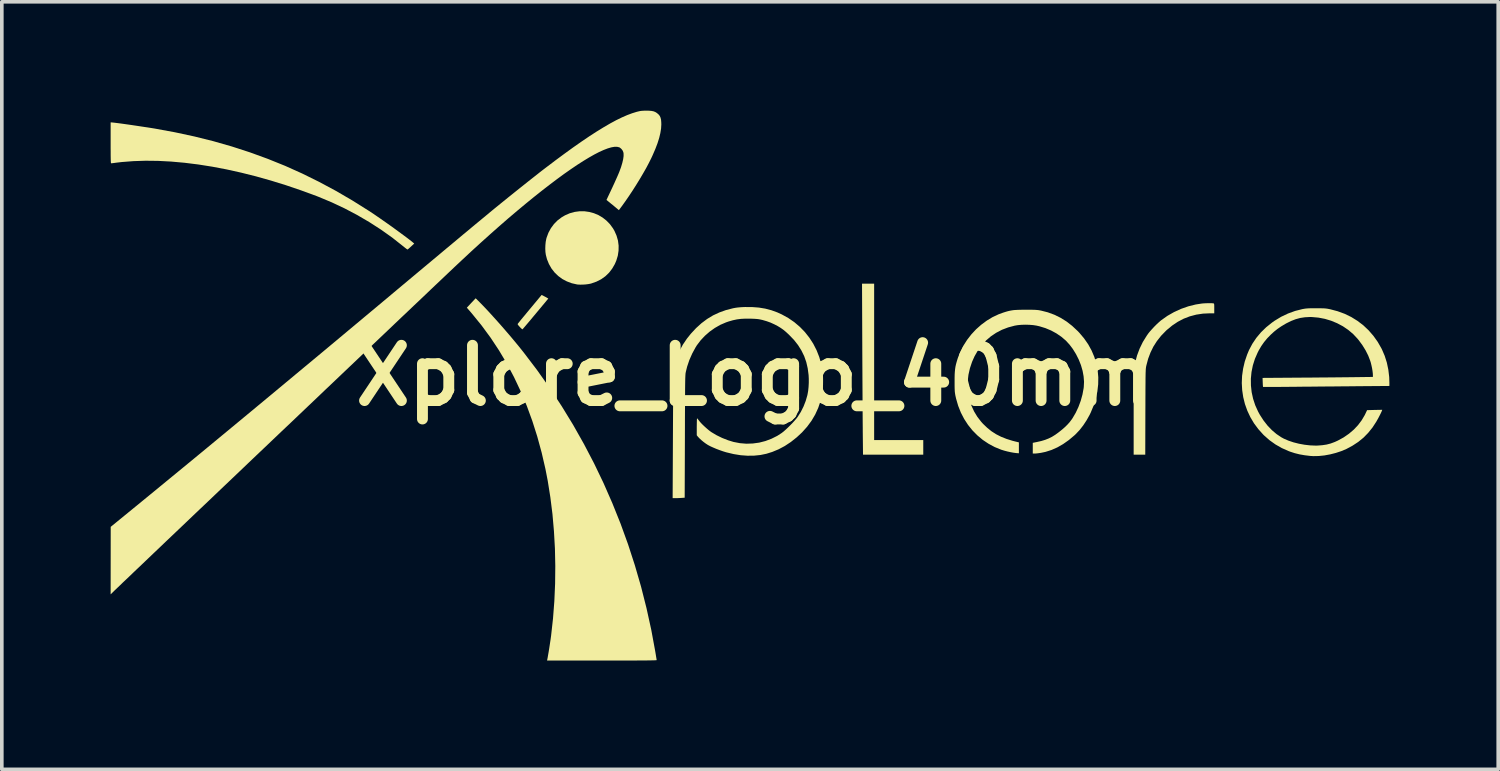
<source format=kicad_pcb>
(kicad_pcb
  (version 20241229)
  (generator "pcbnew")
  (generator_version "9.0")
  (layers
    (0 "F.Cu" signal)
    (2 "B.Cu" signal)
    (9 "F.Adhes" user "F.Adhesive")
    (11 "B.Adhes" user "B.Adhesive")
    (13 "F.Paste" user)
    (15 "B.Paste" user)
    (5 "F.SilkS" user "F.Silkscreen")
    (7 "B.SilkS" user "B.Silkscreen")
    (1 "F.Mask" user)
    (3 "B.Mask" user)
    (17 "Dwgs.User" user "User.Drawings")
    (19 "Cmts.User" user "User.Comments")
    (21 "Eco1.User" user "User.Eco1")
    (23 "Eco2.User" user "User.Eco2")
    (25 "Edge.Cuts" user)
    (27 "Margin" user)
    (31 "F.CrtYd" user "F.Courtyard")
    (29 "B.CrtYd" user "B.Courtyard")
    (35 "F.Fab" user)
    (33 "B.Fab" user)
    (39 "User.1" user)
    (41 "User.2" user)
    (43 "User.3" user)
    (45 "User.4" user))
  (footprint "Xplore_Logo_40mm"
    (layer "F.Cu")
    (at 17.74 7.303)
    (property "Reference" "Xplore_Logo_40mm" (at 0 0 0) (layer "F.SilkS") (effects (font (size 1.524 1.524) (thickness 0.3))))
    (attr board_only exclude_from_pos_files exclude_from_bom)
    (fp_poly (pts (xy 3.308 1.778) (xy 4.662 1.778) (xy 4.662 2.181) (xy 3.001 2.181) (xy 2.994 1.538) (xy 2.994 1.454) (xy 2.993 1.35) (xy 2.992 1.23) (xy 2.991 1.094) (xy 2.99 0.944) (xy 2.989 0.781) (xy 2.988 0.609) (xy 2.987 0.427) (xy 2.986 0.238) (xy 2.985 0.043) (xy 2.984 -0.155) (xy 2.983 -0.355) (xy 2.982 -0.556) (xy 2.981 -0.756) (xy 2.981 -0.819) (xy 2.974 -2.533) (xy 3.308 -2.533)) (stroke (width 0) (type solid)) (fill yes) (layer "F.SilkS"))
    (fp_poly (pts (xy -5.798 -2.191) (xy -5.761 -2.172) (xy -5.726 -2.153) (xy -5.706 -2.141) (xy -5.675 -2.122) (xy -6.027 -1.699) (xy -6.094 -1.619) (xy -6.157 -1.543) (xy -6.215 -1.474) (xy -6.267 -1.413) (xy -6.311 -1.361) (xy -6.346 -1.32) (xy -6.371 -1.291) (xy -6.385 -1.276) (xy -6.387 -1.274) (xy -6.398 -1.28) (xy -6.418 -1.297) (xy -6.446 -1.324) (xy -6.46 -1.339) (xy -6.492 -1.374) (xy -6.513 -1.402) (xy -6.52 -1.419) (xy -6.52 -1.421) (xy -6.512 -1.432) (xy -6.492 -1.457) (xy -6.462 -1.494) (xy -6.423 -1.543) (xy -6.375 -1.601) (xy -6.32 -1.667) (xy -6.26 -1.74) (xy -6.196 -1.817) (xy -6.186 -1.829) (xy -5.859 -2.222)) (stroke (width 0) (type solid)) (fill yes) (layer "F.SilkS"))
    (fp_poly (pts (xy -4.678 -4.529) (xy -4.545 -4.51) (xy -4.416 -4.475) (xy -4.292 -4.423) (xy -4.176 -4.354) (xy -4.07 -4.27) (xy -3.974 -4.171) (xy -3.891 -4.057) (xy -3.851 -3.988) (xy -3.793 -3.856) (xy -3.754 -3.72) (xy -3.736 -3.581) (xy -3.738 -3.442) (xy -3.759 -3.303) (xy -3.801 -3.166) (xy -3.84 -3.075) (xy -3.914 -2.947) (xy -4.001 -2.834) (xy -4.102 -2.737) (xy -4.217 -2.655) (xy -4.345 -2.59) (xy -4.485 -2.54) (xy -4.515 -2.532) (xy -4.574 -2.521) (xy -4.645 -2.512) (xy -4.721 -2.507) (xy -4.795 -2.506) (xy -4.859 -2.509) (xy -4.884 -2.512) (xy -5.029 -2.545) (xy -5.164 -2.596) (xy -5.289 -2.662) (xy -5.402 -2.745) (xy -5.501 -2.841) (xy -5.587 -2.951) (xy -5.657 -3.074) (xy -5.711 -3.207) (xy -5.743 -3.33) (xy -5.754 -3.409) (xy -5.758 -3.5) (xy -5.755 -3.595) (xy -5.746 -3.688) (xy -5.73 -3.77) (xy -5.723 -3.797) (xy -5.672 -3.935) (xy -5.603 -4.062) (xy -5.519 -4.176) (xy -5.42 -4.277) (xy -5.306 -4.363) (xy -5.214 -4.417) (xy -5.083 -4.474) (xy -4.949 -4.511) (xy -4.813 -4.529)) (stroke (width 0) (type solid)) (fill yes) (layer "F.SilkS"))
    (fp_poly (pts (xy 12.594 -1.995) (xy 12.636 -1.993) (xy 12.663 -1.99) (xy 12.668 -1.989) (xy 12.675 -1.983) (xy 12.68 -1.971) (xy 12.683 -1.947) (xy 12.684 -1.91) (xy 12.684 -1.856) (xy 12.684 -1.849) (xy 12.684 -1.716) (xy 12.568 -1.716) (xy 12.373 -1.707) (xy 12.187 -1.679) (xy 12.009 -1.632) (xy 11.84 -1.567) (xy 11.678 -1.482) (xy 11.523 -1.378) (xy 11.374 -1.255) (xy 11.353 -1.235) (xy 11.22 -1.098) (xy 11.105 -0.953) (xy 11.007 -0.8) (xy 10.927 -0.637) (xy 10.861 -0.462) (xy 10.811 -0.273) (xy 10.811 -0.27) (xy 10.807 -0.254) (xy 10.804 -0.239) (xy 10.802 -0.222) (xy 10.799 -0.203) (xy 10.797 -0.18) (xy 10.795 -0.153) (xy 10.794 -0.119) (xy 10.792 -0.078) (xy 10.791 -0.029) (xy 10.79 0.03) (xy 10.789 0.099) (xy 10.789 0.181) (xy 10.788 0.276) (xy 10.787 0.386) (xy 10.787 0.511) (xy 10.786 0.653) (xy 10.786 0.814) (xy 10.785 0.994) (xy 10.785 1.005) (xy 10.782 2.181) (xy 10.462 2.181) (xy 10.462 1.059) (xy 10.462 0.861) (xy 10.462 0.679) (xy 10.463 0.513) (xy 10.464 0.363) (xy 10.464 0.231) (xy 10.466 0.117) (xy 10.467 0.021) (xy 10.468 -0.057) (xy 10.47 -0.115) (xy 10.472 -0.153) (xy 10.473 -0.163) (xy 10.504 -0.36) (xy 10.556 -0.555) (xy 10.627 -0.744) (xy 10.715 -0.925) (xy 10.822 -1.098) (xy 10.864 -1.158) (xy 10.909 -1.214) (xy 10.966 -1.278) (xy 11.029 -1.346) (xy 11.095 -1.412) (xy 11.159 -1.471) (xy 11.215 -1.52) (xy 11.222 -1.525) (xy 11.393 -1.646) (xy 11.576 -1.75) (xy 11.768 -1.838) (xy 11.968 -1.908) (xy 12.173 -1.959) (xy 12.333 -1.984) (xy 12.377 -1.989) (xy 12.43 -1.992) (xy 12.487 -1.994) (xy 12.543 -1.995)) (stroke (width 0) (type solid)) (fill yes) (layer "F.SilkS"))
    (fp_poly (pts (xy -7.611 -2.065) (xy -7.521 -1.974) (xy -7.42 -1.869) (xy -7.31 -1.752) (xy -7.195 -1.625) (xy -7.074 -1.491) (xy -6.952 -1.353) (xy -6.829 -1.211) (xy -6.708 -1.07) (xy -6.591 -0.93) (xy -6.48 -0.795) (xy -6.377 -0.666) (xy -6.353 -0.636) (xy -5.987 -0.155) (xy -5.638 0.338) (xy -5.306 0.843) (xy -4.991 1.358) (xy -4.694 1.884) (xy -4.414 2.419) (xy -4.152 2.965) (xy -3.909 3.519) (xy -3.683 4.082) (xy -3.476 4.653) (xy -3.288 5.232) (xy -3.118 5.818) (xy -2.968 6.411) (xy -2.836 7.011) (xy -2.735 7.558) (xy -2.722 7.631) (xy -2.711 7.697) (xy -2.702 7.755) (xy -2.694 7.8) (xy -2.689 7.831) (xy -2.688 7.844) (xy -2.692 7.846) (xy -2.703 7.847) (xy -2.724 7.849) (xy -2.754 7.85) (xy -2.795 7.851) (xy -2.847 7.852) (xy -2.911 7.853) (xy -2.989 7.854) (xy -3.08 7.855) (xy -3.186 7.855) (xy -3.307 7.856) (xy -3.445 7.856) (xy -3.6 7.856) (xy -3.773 7.857) (xy -3.965 7.857) (xy -4.177 7.857) (xy -5.709 7.857) (xy -5.702 7.823) (xy -5.692 7.773) (xy -5.681 7.707) (xy -5.667 7.629) (xy -5.653 7.544) (xy -5.639 7.454) (xy -5.626 7.366) (xy -5.613 7.283) (xy -5.603 7.209) (xy -5.598 7.174) (xy -5.545 6.698) (xy -5.508 6.217) (xy -5.487 5.734) (xy -5.482 5.251) (xy -5.492 4.769) (xy -5.519 4.292) (xy -5.56 3.82) (xy -5.618 3.357) (xy -5.69 2.904) (xy -5.753 2.579) (xy -5.858 2.124) (xy -5.979 1.681) (xy -6.115 1.253) (xy -6.267 0.837) (xy -6.435 0.435) (xy -6.619 0.045) (xy -6.818 -0.331) (xy -7.034 -0.694) (xy -7.265 -1.043) (xy -7.513 -1.38) (xy -7.776 -1.704) (xy -7.797 -1.729) (xy -7.92 -1.871) (xy -7.799 -2.001) (xy -7.677 -2.13)) (stroke (width 0) (type solid)) (fill yes) (layer "F.SilkS"))
    (fp_poly (pts (xy -17.691 -6.976) (xy -17.65 -6.972) (xy -17.592 -6.965) (xy -17.52 -6.956) (xy -17.437 -6.945) (xy -17.345 -6.932) (xy -17.246 -6.918) (xy -17.141 -6.903) (xy -17.035 -6.887) (xy -16.927 -6.871) (xy -16.822 -6.855) (xy -16.72 -6.84) (xy -16.625 -6.825) (xy -16.538 -6.811) (xy -16.515 -6.807) (xy -15.966 -6.706) (xy -15.431 -6.591) (xy -14.909 -6.461) (xy -14.399 -6.315) (xy -13.9 -6.153) (xy -13.411 -5.975) (xy -12.93 -5.781) (xy -12.458 -5.569) (xy -11.992 -5.339) (xy -11.532 -5.092) (xy -11.077 -4.827) (xy -10.625 -4.543) (xy -10.472 -4.442) (xy -10.395 -4.389) (xy -10.309 -4.33) (xy -10.216 -4.265) (xy -10.119 -4.197) (xy -10.019 -4.126) (xy -9.919 -4.054) (xy -9.822 -3.983) (xy -9.728 -3.914) (xy -9.641 -3.85) (xy -9.562 -3.791) (xy -9.494 -3.739) (xy -9.439 -3.696) (xy -9.402 -3.665) (xy -9.371 -3.639) (xy -9.459 -3.557) (xy -9.495 -3.524) (xy -9.525 -3.498) (xy -9.547 -3.48) (xy -9.557 -3.475) (xy -9.569 -3.481) (xy -9.592 -3.498) (xy -9.626 -3.524) (xy -9.666 -3.557) (xy -9.687 -3.573) (xy -9.979 -3.804) (xy -10.289 -4.024) (xy -10.612 -4.232) (xy -10.948 -4.428) (xy -11.294 -4.61) (xy -11.647 -4.776) (xy -12.006 -4.926) (xy -12.064 -4.949) (xy -12.487 -5.104) (xy -12.907 -5.247) (xy -13.324 -5.376) (xy -13.736 -5.492) (xy -14.143 -5.594) (xy -14.544 -5.683) (xy -14.939 -5.758) (xy -15.325 -5.819) (xy -15.703 -5.866) (xy -16.072 -5.899) (xy -16.43 -5.918) (xy -16.777 -5.922) (xy -17.112 -5.911) (xy -17.434 -5.886) (xy -17.596 -5.867) (xy -17.644 -5.86) (xy -17.685 -5.855) (xy -17.714 -5.852) (xy -17.726 -5.851) (xy -17.729 -5.855) (xy -17.732 -5.865) (xy -17.734 -5.885) (xy -17.736 -5.916) (xy -17.737 -5.958) (xy -17.738 -6.013) (xy -17.739 -6.084) (xy -17.739 -6.17) (xy -17.74 -6.274) (xy -17.74 -6.398) (xy -17.74 -6.415) (xy -17.74 -6.978) (xy -17.715 -6.978)) (stroke (width 0) (type solid)) (fill yes) (layer "F.SilkS"))
    (fp_poly (pts (xy 7.575 -1.814) (xy 7.647 -1.814) (xy 7.705 -1.813) (xy 7.753 -1.811) (xy 7.792 -1.808) (xy 7.826 -1.805) (xy 7.859 -1.8) (xy 7.894 -1.793) (xy 7.907 -1.791) (xy 8.095 -1.743) (xy 8.275 -1.677) (xy 8.446 -1.593) (xy 8.61 -1.491) (xy 8.766 -1.37) (xy 8.917 -1.229) (xy 8.966 -1.178) (xy 9.097 -1.022) (xy 9.21 -0.859) (xy 9.303 -0.689) (xy 9.378 -0.512) (xy 9.433 -0.329) (xy 9.47 -0.143) (xy 9.487 0.048) (xy 9.484 0.241) (xy 9.462 0.436) (xy 9.421 0.631) (xy 9.359 0.827) (xy 9.278 1.022) (xy 9.251 1.078) (xy 9.167 1.229) (xy 9.073 1.372) (xy 8.971 1.503) (xy 8.863 1.617) (xy 8.831 1.647) (xy 8.674 1.779) (xy 8.516 1.89) (xy 8.357 1.981) (xy 8.196 2.052) (xy 8.032 2.104) (xy 7.91 2.13) (xy 7.857 2.138) (xy 7.804 2.145) (xy 7.76 2.149) (xy 7.737 2.15) (xy 7.681 2.15) (xy 7.681 1.855) (xy 7.794 1.832) (xy 7.914 1.805) (xy 8.02 1.773) (xy 8.117 1.735) (xy 8.21 1.689) (xy 8.302 1.632) (xy 8.398 1.562) (xy 8.493 1.486) (xy 8.575 1.414) (xy 8.643 1.346) (xy 8.702 1.279) (xy 8.756 1.207) (xy 8.777 1.176) (xy 8.864 1.028) (xy 8.94 0.866) (xy 9.003 0.696) (xy 9.051 0.522) (xy 9.083 0.349) (xy 9.087 0.315) (xy 9.094 0.171) (xy 9.082 0.021) (xy 9.054 -0.132) (xy 9.009 -0.287) (xy 8.948 -0.441) (xy 8.873 -0.59) (xy 8.784 -0.734) (xy 8.696 -0.851) (xy 8.591 -0.965) (xy 8.469 -1.069) (xy 8.333 -1.162) (xy 8.186 -1.242) (xy 8.029 -1.308) (xy 7.865 -1.358) (xy 7.782 -1.377) (xy 7.69 -1.391) (xy 7.587 -1.399) (xy 7.478 -1.402) (xy 7.37 -1.399) (xy 7.269 -1.39) (xy 7.185 -1.376) (xy 7.002 -1.327) (xy 6.831 -1.262) (xy 6.672 -1.179) (xy 6.526 -1.081) (xy 6.393 -0.967) (xy 6.273 -0.837) (xy 6.168 -0.692) (xy 6.076 -0.532) (xy 6.007 -0.377) (xy 5.948 -0.2) (xy 5.908 -0.023) (xy 5.887 0.155) (xy 5.886 0.33) (xy 5.903 0.503) (xy 5.938 0.672) (xy 5.992 0.835) (xy 6.064 0.991) (xy 6.154 1.139) (xy 6.262 1.278) (xy 6.31 1.331) (xy 6.424 1.44) (xy 6.542 1.535) (xy 6.669 1.617) (xy 6.807 1.687) (xy 6.958 1.747) (xy 7.124 1.799) (xy 7.203 1.819) (xy 7.298 1.842) (xy 7.298 2.143) (xy 7.218 2.136) (xy 7.149 2.127) (xy 7.068 2.112) (xy 6.982 2.093) (xy 6.898 2.071) (xy 6.823 2.048) (xy 6.813 2.045) (xy 6.631 1.971) (xy 6.46 1.879) (xy 6.3 1.772) (xy 6.152 1.648) (xy 6.017 1.511) (xy 5.896 1.36) (xy 5.79 1.197) (xy 5.699 1.022) (xy 5.625 0.836) (xy 5.568 0.641) (xy 5.555 0.584) (xy 5.546 0.543) (xy 5.54 0.507) (xy 5.535 0.473) (xy 5.531 0.438) (xy 5.529 0.398) (xy 5.527 0.349) (xy 5.526 0.289) (xy 5.526 0.213) (xy 5.526 0.165) (xy 5.526 0.058) (xy 5.528 -0.033) (xy 5.533 -0.111) (xy 5.54 -0.181) (xy 5.55 -0.246) (xy 5.564 -0.31) (xy 5.583 -0.379) (xy 5.606 -0.455) (xy 5.614 -0.48) (xy 5.682 -0.654) (xy 5.768 -0.823) (xy 5.87 -0.983) (xy 5.987 -1.134) (xy 6.117 -1.274) (xy 6.259 -1.4) (xy 6.411 -1.513) (xy 6.571 -1.61) (xy 6.739 -1.689) (xy 6.866 -1.735) (xy 6.935 -1.757) (xy 6.995 -1.774) (xy 7.051 -1.787) (xy 7.106 -1.797) (xy 7.163 -1.805) (xy 7.227 -1.809) (xy 7.3 -1.812) (xy 7.387 -1.814) (xy 7.485 -1.814)) (stroke (width 0) (type solid)) (fill yes) (layer "F.SilkS"))
    (fp_poly (pts (xy 15.491 -1.855) (xy 15.573 -1.855) (xy 15.638 -1.854) (xy 15.69 -1.853) (xy 15.732 -1.851) (xy 15.769 -1.847) (xy 15.805 -1.842) (xy 15.842 -1.835) (xy 15.882 -1.827) (xy 16.085 -1.773) (xy 16.279 -1.702) (xy 16.462 -1.613) (xy 16.633 -1.507) (xy 16.792 -1.386) (xy 16.938 -1.248) (xy 17.071 -1.095) (xy 17.19 -0.928) (xy 17.294 -0.746) (xy 17.307 -0.72) (xy 17.383 -0.543) (xy 17.442 -0.356) (xy 17.483 -0.16) (xy 17.507 0.042) (xy 17.512 0.198) (xy 17.512 0.287) (xy 16.621 0.294) (xy 16.458 0.296) (xy 16.281 0.297) (xy 16.093 0.299) (xy 15.898 0.301) (xy 15.701 0.302) (xy 15.505 0.304) (xy 15.315 0.306) (xy 15.136 0.307) (xy 14.97 0.309) (xy 14.881 0.31) (xy 14.751 0.311) (xy 14.626 0.312) (xy 14.509 0.313) (xy 14.402 0.313) (xy 14.304 0.314) (xy 14.219 0.314) (xy 14.148 0.314) (xy 14.092 0.314) (xy 14.053 0.314) (xy 14.032 0.314) (xy 14.029 0.313) (xy 14.027 0.302) (xy 14.024 0.274) (xy 14.022 0.234) (xy 14.02 0.187) (xy 14.016 0.065) (xy 14.996 0.058) (xy 15.152 0.057) (xy 15.314 0.056) (xy 15.477 0.055) (xy 15.64 0.053) (xy 15.8 0.052) (xy 15.955 0.051) (xy 16.101 0.049) (xy 16.236 0.048) (xy 16.358 0.047) (xy 16.463 0.045) (xy 16.517 0.045) (xy 17.057 0.038) (xy 17.057 -0.016) (xy 17.054 -0.067) (xy 17.046 -0.132) (xy 17.034 -0.205) (xy 17.018 -0.279) (xy 17.001 -0.35) (xy 16.985 -0.403) (xy 16.929 -0.549) (xy 16.855 -0.696) (xy 16.765 -0.842) (xy 16.661 -0.982) (xy 16.631 -1.018) (xy 16.512 -1.145) (xy 16.378 -1.258) (xy 16.231 -1.358) (xy 16.073 -1.442) (xy 15.907 -1.511) (xy 15.734 -1.563) (xy 15.556 -1.597) (xy 15.376 -1.613) (xy 15.319 -1.614) (xy 15.184 -1.607) (xy 15.056 -1.588) (xy 14.931 -1.554) (xy 14.804 -1.505) (xy 14.672 -1.44) (xy 14.64 -1.422) (xy 14.527 -1.354) (xy 14.428 -1.286) (xy 14.335 -1.212) (xy 14.248 -1.133) (xy 14.145 -1.028) (xy 14.058 -0.923) (xy 13.981 -0.813) (xy 13.91 -0.692) (xy 13.881 -0.635) (xy 13.805 -0.461) (xy 13.748 -0.281) (xy 13.711 -0.098) (xy 13.693 0.087) (xy 13.695 0.273) (xy 13.715 0.459) (xy 13.755 0.641) (xy 13.814 0.82) (xy 13.892 0.992) (xy 13.94 1.08) (xy 14.042 1.238) (xy 14.153 1.38) (xy 14.273 1.505) (xy 14.399 1.612) (xy 14.531 1.701) (xy 14.603 1.74) (xy 14.728 1.794) (xy 14.867 1.841) (xy 15.017 1.879) (xy 15.171 1.907) (xy 15.326 1.925) (xy 15.476 1.931) (xy 15.533 1.93) (xy 15.663 1.92) (xy 15.782 1.902) (xy 15.894 1.873) (xy 16.007 1.831) (xy 16.094 1.791) (xy 16.251 1.705) (xy 16.397 1.604) (xy 16.53 1.491) (xy 16.647 1.367) (xy 16.748 1.233) (xy 16.832 1.091) (xy 16.851 1.052) (xy 16.897 0.954) (xy 17.104 0.948) (xy 17.167 0.947) (xy 17.222 0.946) (xy 17.267 0.945) (xy 17.299 0.945) (xy 17.313 0.945) (xy 17.314 0.945) (xy 17.311 0.956) (xy 17.301 0.982) (xy 17.284 1.02) (xy 17.262 1.065) (xy 17.236 1.116) (xy 17.209 1.168) (xy 17.181 1.218) (xy 17.155 1.264) (xy 17.152 1.27) (xy 17.045 1.434) (xy 16.927 1.58) (xy 16.798 1.712) (xy 16.654 1.829) (xy 16.496 1.933) (xy 16.329 2.023) (xy 16.187 2.083) (xy 16.036 2.133) (xy 15.879 2.173) (xy 15.721 2.202) (xy 15.566 2.218) (xy 15.419 2.221) (xy 15.331 2.216) (xy 15.175 2.197) (xy 15.033 2.172) (xy 14.901 2.139) (xy 14.775 2.098) (xy 14.733 2.082) (xy 14.546 1.999) (xy 14.371 1.899) (xy 14.208 1.783) (xy 14.056 1.649) (xy 14.034 1.627) (xy 13.899 1.477) (xy 13.78 1.317) (xy 13.679 1.147) (xy 13.596 0.97) (xy 13.53 0.786) (xy 13.483 0.597) (xy 13.454 0.403) (xy 13.443 0.207) (xy 13.451 0.009) (xy 13.479 -0.189) (xy 13.525 -0.386) (xy 13.591 -0.58) (xy 13.643 -0.704) (xy 13.735 -0.877) (xy 13.844 -1.039) (xy 13.971 -1.191) (xy 14.115 -1.331) (xy 14.276 -1.46) (xy 14.348 -1.511) (xy 14.528 -1.62) (xy 14.717 -1.71) (xy 14.913 -1.781) (xy 15.114 -1.832) (xy 15.154 -1.839) (xy 15.191 -1.845) (xy 15.228 -1.849) (xy 15.269 -1.852) (xy 15.318 -1.854) (xy 15.379 -1.855) (xy 15.455 -1.855)) (stroke (width 0) (type solid)) (fill yes) (layer "F.SilkS"))
    (fp_poly (pts (xy -0.055 -1.888) (xy 0.13 -1.874) (xy 0.306 -1.845) (xy 0.474 -1.801) (xy 0.639 -1.741) (xy 0.76 -1.686) (xy 0.94 -1.587) (xy 1.107 -1.472) (xy 1.26 -1.342) (xy 1.399 -1.199) (xy 1.522 -1.043) (xy 1.63 -0.876) (xy 1.721 -0.698) (xy 1.795 -0.51) (xy 1.851 -0.314) (xy 1.888 -0.111) (xy 1.888 -0.11) (xy 1.895 -0.037) (xy 1.899 0.05) (xy 1.9 0.145) (xy 1.899 0.242) (xy 1.895 0.336) (xy 1.888 0.421) (xy 1.879 0.492) (xy 1.877 0.501) (xy 1.831 0.701) (xy 1.766 0.892) (xy 1.683 1.074) (xy 1.581 1.247) (xy 1.46 1.411) (xy 1.321 1.566) (xy 1.175 1.702) (xy 1.011 1.832) (xy 0.845 1.942) (xy 0.674 2.033) (xy 0.498 2.106) (xy 0.338 2.156) (xy 0.174 2.19) (xy -0.001 2.208) (xy -0.184 2.21) (xy -0.373 2.196) (xy -0.564 2.165) (xy -0.757 2.119) (xy -0.773 2.115) (xy -0.86 2.088) (xy -0.951 2.056) (xy -1.041 2.022) (xy -1.126 1.986) (xy -1.202 1.952) (xy -1.263 1.92) (xy -1.277 1.912) (xy -1.334 1.875) (xy -1.395 1.83) (xy -1.453 1.782) (xy -1.504 1.735) (xy -1.543 1.694) (xy -1.549 1.688) (xy -1.582 1.646) (xy -1.582 1.412) (xy -1.581 1.345) (xy -1.58 1.286) (xy -1.579 1.237) (xy -1.577 1.201) (xy -1.575 1.182) (xy -1.574 1.179) (xy -1.564 1.187) (xy -1.547 1.208) (xy -1.525 1.236) (xy -1.525 1.237) (xy -1.488 1.283) (xy -1.438 1.337) (xy -1.379 1.394) (xy -1.316 1.451) (xy -1.254 1.504) (xy -1.196 1.548) (xy -1.177 1.561) (xy -1.036 1.645) (xy -0.882 1.72) (xy -0.722 1.783) (xy -0.569 1.83) (xy -0.393 1.864) (xy -0.215 1.879) (xy -0.037 1.873) (xy 0.139 1.849) (xy 0.311 1.805) (xy 0.478 1.742) (xy 0.638 1.662) (xy 0.76 1.583) (xy 0.809 1.545) (xy 0.867 1.494) (xy 0.931 1.434) (xy 0.997 1.369) (xy 1.061 1.303) (xy 1.12 1.238) (xy 1.17 1.179) (xy 1.202 1.137) (xy 1.287 1.002) (xy 1.361 0.854) (xy 1.422 0.698) (xy 1.467 0.541) (xy 1.472 0.517) (xy 1.489 0.422) (xy 1.5 0.315) (xy 1.506 0.201) (xy 1.506 0.088) (xy 1.501 -0.013) (xy 1.477 -0.197) (xy 1.437 -0.371) (xy 1.38 -0.534) (xy 1.304 -0.689) (xy 1.211 -0.838) (xy 1.099 -0.981) (xy 0.966 -1.119) (xy 0.956 -1.129) (xy 0.876 -1.203) (xy 0.802 -1.264) (xy 0.728 -1.316) (xy 0.649 -1.364) (xy 0.563 -1.409) (xy 0.454 -1.459) (xy 0.346 -1.498) (xy 0.229 -1.532) (xy 0.207 -1.537) (xy 0.161 -1.547) (xy 0.116 -1.555) (xy 0.068 -1.56) (xy 0.012 -1.564) (xy -0.058 -1.567) (xy -0.098 -1.568) (xy -0.236 -1.569) (xy -0.36 -1.563) (xy -0.476 -1.548) (xy -0.588 -1.524) (xy -0.703 -1.491) (xy -0.775 -1.466) (xy -0.931 -1.399) (xy -1.082 -1.313) (xy -1.225 -1.212) (xy -1.358 -1.096) (xy -1.477 -0.969) (xy -1.58 -0.833) (xy -1.612 -0.782) (xy -1.706 -0.61) (xy -1.786 -0.429) (xy -1.848 -0.245) (xy -1.883 -0.103) (xy -1.886 -0.09) (xy -1.888 -0.076) (xy -1.891 -0.061) (xy -1.893 -0.043) (xy -1.894 -0.022) (xy -1.896 0.004) (xy -1.897 0.035) (xy -1.899 0.072) (xy -1.9 0.117) (xy -1.901 0.171) (xy -1.902 0.234) (xy -1.903 0.307) (xy -1.904 0.391) (xy -1.904 0.488) (xy -1.905 0.599) (xy -1.906 0.724) (xy -1.906 0.864) (xy -1.907 1.02) (xy -1.908 1.194) (xy -1.908 1.386) (xy -1.909 1.598) (xy -1.909 1.681) (xy -1.915 3.367) (xy -2.015 3.374) (xy -2.068 3.377) (xy -2.122 3.379) (xy -2.168 3.38) (xy -2.18 3.38) (xy -2.247 3.38) (xy -2.239 1.672) (xy -2.238 1.444) (xy -2.237 1.235) (xy -2.236 1.046) (xy -2.235 0.874) (xy -2.235 0.719) (xy -2.234 0.581) (xy -2.233 0.457) (xy -2.231 0.348) (xy -2.23 0.252) (xy -2.229 0.169) (xy -2.228 0.098) (xy -2.227 0.037) (xy -2.225 -0.015) (xy -2.224 -0.057) (xy -2.222 -0.092) (xy -2.22 -0.119) (xy -2.218 -0.14) (xy -2.217 -0.15) (xy -2.183 -0.332) (xy -2.131 -0.509) (xy -2.058 -0.682) (xy -1.966 -0.851) (xy -1.854 -1.017) (xy -1.745 -1.153) (xy -1.601 -1.308) (xy -1.452 -1.443) (xy -1.296 -1.56) (xy -1.132 -1.659) (xy -0.958 -1.74) (xy -0.774 -1.806) (xy -0.578 -1.856) (xy -0.577 -1.856) (xy -0.519 -1.867) (xy -0.462 -1.875) (xy -0.401 -1.881) (xy -0.331 -1.886) (xy -0.253 -1.889)) (stroke (width 0) (type solid)) (fill yes) (layer "F.SilkS"))
    (fp_poly (pts (xy -2.894 -7.301) (xy -2.827 -7.295) (xy -2.773 -7.284) (xy -2.727 -7.266) (xy -2.685 -7.24) (xy -2.676 -7.233) (xy -2.634 -7.197) (xy -2.602 -7.157) (xy -2.581 -7.111) (xy -2.567 -7.056) (xy -2.561 -6.986) (xy -2.559 -6.921) (xy -2.566 -6.807) (xy -2.586 -6.684) (xy -2.618 -6.55) (xy -2.664 -6.404) (xy -2.724 -6.246) (xy -2.798 -6.075) (xy -2.837 -5.991) (xy -2.901 -5.863) (xy -2.975 -5.723) (xy -3.06 -5.574) (xy -3.152 -5.418) (xy -3.249 -5.26) (xy -3.35 -5.101) (xy -3.453 -4.946) (xy -3.555 -4.798) (xy -3.655 -4.659) (xy -3.696 -4.604) (xy -3.729 -4.56) (xy -3.806 -4.624) (xy -3.848 -4.659) (xy -3.898 -4.701) (xy -3.95 -4.742) (xy -3.977 -4.765) (xy -4.071 -4.841) (xy -4.024 -4.941) (xy -3.961 -5.074) (xy -3.903 -5.198) (xy -3.851 -5.311) (xy -3.806 -5.411) (xy -3.768 -5.496) (xy -3.738 -5.566) (xy -3.718 -5.614) (xy -3.67 -5.744) (xy -3.635 -5.861) (xy -3.611 -5.963) (xy -3.599 -6.051) (xy -3.6 -6.123) (xy -3.607 -6.159) (xy -3.627 -6.205) (xy -3.66 -6.248) (xy -3.699 -6.281) (xy -3.719 -6.292) (xy -3.778 -6.306) (xy -3.851 -6.306) (xy -3.937 -6.291) (xy -4.036 -6.262) (xy -4.148 -6.219) (xy -4.272 -6.163) (xy -4.407 -6.093) (xy -4.553 -6.01) (xy -4.71 -5.915) (xy -4.877 -5.808) (xy -5.054 -5.688) (xy -5.241 -5.557) (xy -5.436 -5.414) (xy -5.64 -5.26) (xy -5.852 -5.096) (xy -6.072 -4.921) (xy -6.299 -4.736) (xy -6.533 -4.541) (xy -6.774 -4.337) (xy -7.02 -4.123) (xy -7.272 -3.9) (xy -7.529 -3.669) (xy -7.791 -3.43) (xy -8.057 -3.182) (xy -8.199 -3.049) (xy -8.266 -2.986) (xy -8.346 -2.91) (xy -8.438 -2.823) (xy -8.541 -2.725) (xy -8.656 -2.616) (xy -8.782 -2.497) (xy -8.918 -2.368) (xy -9.063 -2.229) (xy -9.218 -2.082) (xy -9.382 -1.927) (xy -9.554 -1.763) (xy -9.734 -1.593) (xy -9.921 -1.415) (xy -10.114 -1.231) (xy -10.314 -1.041) (xy -10.52 -0.845) (xy -10.731 -0.645) (xy -10.946 -0.44) (xy -11.166 -0.231) (xy -11.39 -0.018) (xy -11.616 0.197) (xy -11.846 0.415) (xy -12.077 0.636) (xy -12.311 0.858) (xy -12.545 1.081) (xy -12.78 1.305) (xy -13.016 1.528) (xy -13.251 1.752) (xy -13.485 1.975) (xy -13.718 2.196) (xy -13.949 2.416) (xy -14.177 2.634) (xy -14.403 2.849) (xy -14.626 3.061) (xy -14.844 3.269) (xy -15.058 3.473) (xy -15.268 3.672) (xy -15.472 3.866) (xy -15.67 4.055) (xy -15.861 4.237) (xy -16.046 4.413) (xy -16.224 4.582) (xy -16.393 4.744) (xy -16.554 4.897) (xy -16.707 5.043) (xy -16.849 5.179) (xy -16.982 5.305) (xy -17.105 5.422) (xy -17.216 5.529) (xy -17.316 5.624) (xy -17.405 5.708) (xy -17.48 5.781) (xy -17.543 5.841) (xy -17.592 5.888) (xy -17.628 5.922) (xy -17.649 5.942) (xy -17.649 5.943) (xy -17.74 6.032) (xy -17.739 5.101) (xy -17.738 4.171) (xy -17.137 3.68) (xy -16.687 3.312) (xy -16.222 2.93) (xy -15.741 2.535) (xy -15.244 2.126) (xy -14.732 1.703) (xy -14.205 1.267) (xy -13.662 0.817) (xy -13.103 0.353) (xy -12.53 -0.124) (xy -11.94 -0.614) (xy -11.335 -1.119) (xy -10.715 -1.637) (xy -10.079 -2.168) (xy -9.94 -2.285) (xy -9.689 -2.495) (xy -9.453 -2.692) (xy -9.232 -2.877) (xy -9.025 -3.05) (xy -8.831 -3.212) (xy -8.65 -3.363) (xy -8.481 -3.505) (xy -8.322 -3.637) (xy -8.175 -3.76) (xy -8.038 -3.875) (xy -7.909 -3.981) (xy -7.79 -4.081) (xy -7.679 -4.173) (xy -7.575 -4.259) (xy -7.477 -4.34) (xy -7.386 -4.415) (xy -7.301 -4.486) (xy -7.22 -4.553) (xy -7.143 -4.616) (xy -7.07 -4.675) (xy -6.999 -4.733) (xy -6.931 -4.788) (xy -6.864 -4.842) (xy -6.798 -4.896) (xy -6.733 -4.948) (xy -6.667 -5.001) (xy -6.6 -5.055) (xy -6.531 -5.11) (xy -6.46 -5.167) (xy -6.451 -5.174) (xy -6.334 -5.267) (xy -6.23 -5.35) (xy -6.139 -5.422) (xy -6.056 -5.487) (xy -5.981 -5.546) (xy -5.912 -5.601) (xy -5.845 -5.653) (xy -5.778 -5.704) (xy -5.71 -5.756) (xy -5.638 -5.81) (xy -5.56 -5.869) (xy -5.495 -5.919) (xy -5.238 -6.109) (xy -4.995 -6.285) (xy -4.765 -6.446) (xy -4.548 -6.593) (xy -4.344 -6.725) (xy -4.152 -6.843) (xy -3.972 -6.948) (xy -3.804 -7.039) (xy -3.646 -7.116) (xy -3.5 -7.18) (xy -3.363 -7.231) (xy -3.241 -7.269) (xy -3.184 -7.283) (xy -3.138 -7.293) (xy -3.095 -7.298) (xy -3.046 -7.301) (xy -2.986 -7.303) (xy -2.977 -7.303)) (stroke (width 0) (type solid)) (fill yes) (layer "F.SilkS")))
  (gr_rect
    (start -3 -3)
    (end 38.252 18.159)
    (stroke (width 0.1) (type default))
    (fill no)
    (layer "Edge.Cuts")))
</source>
